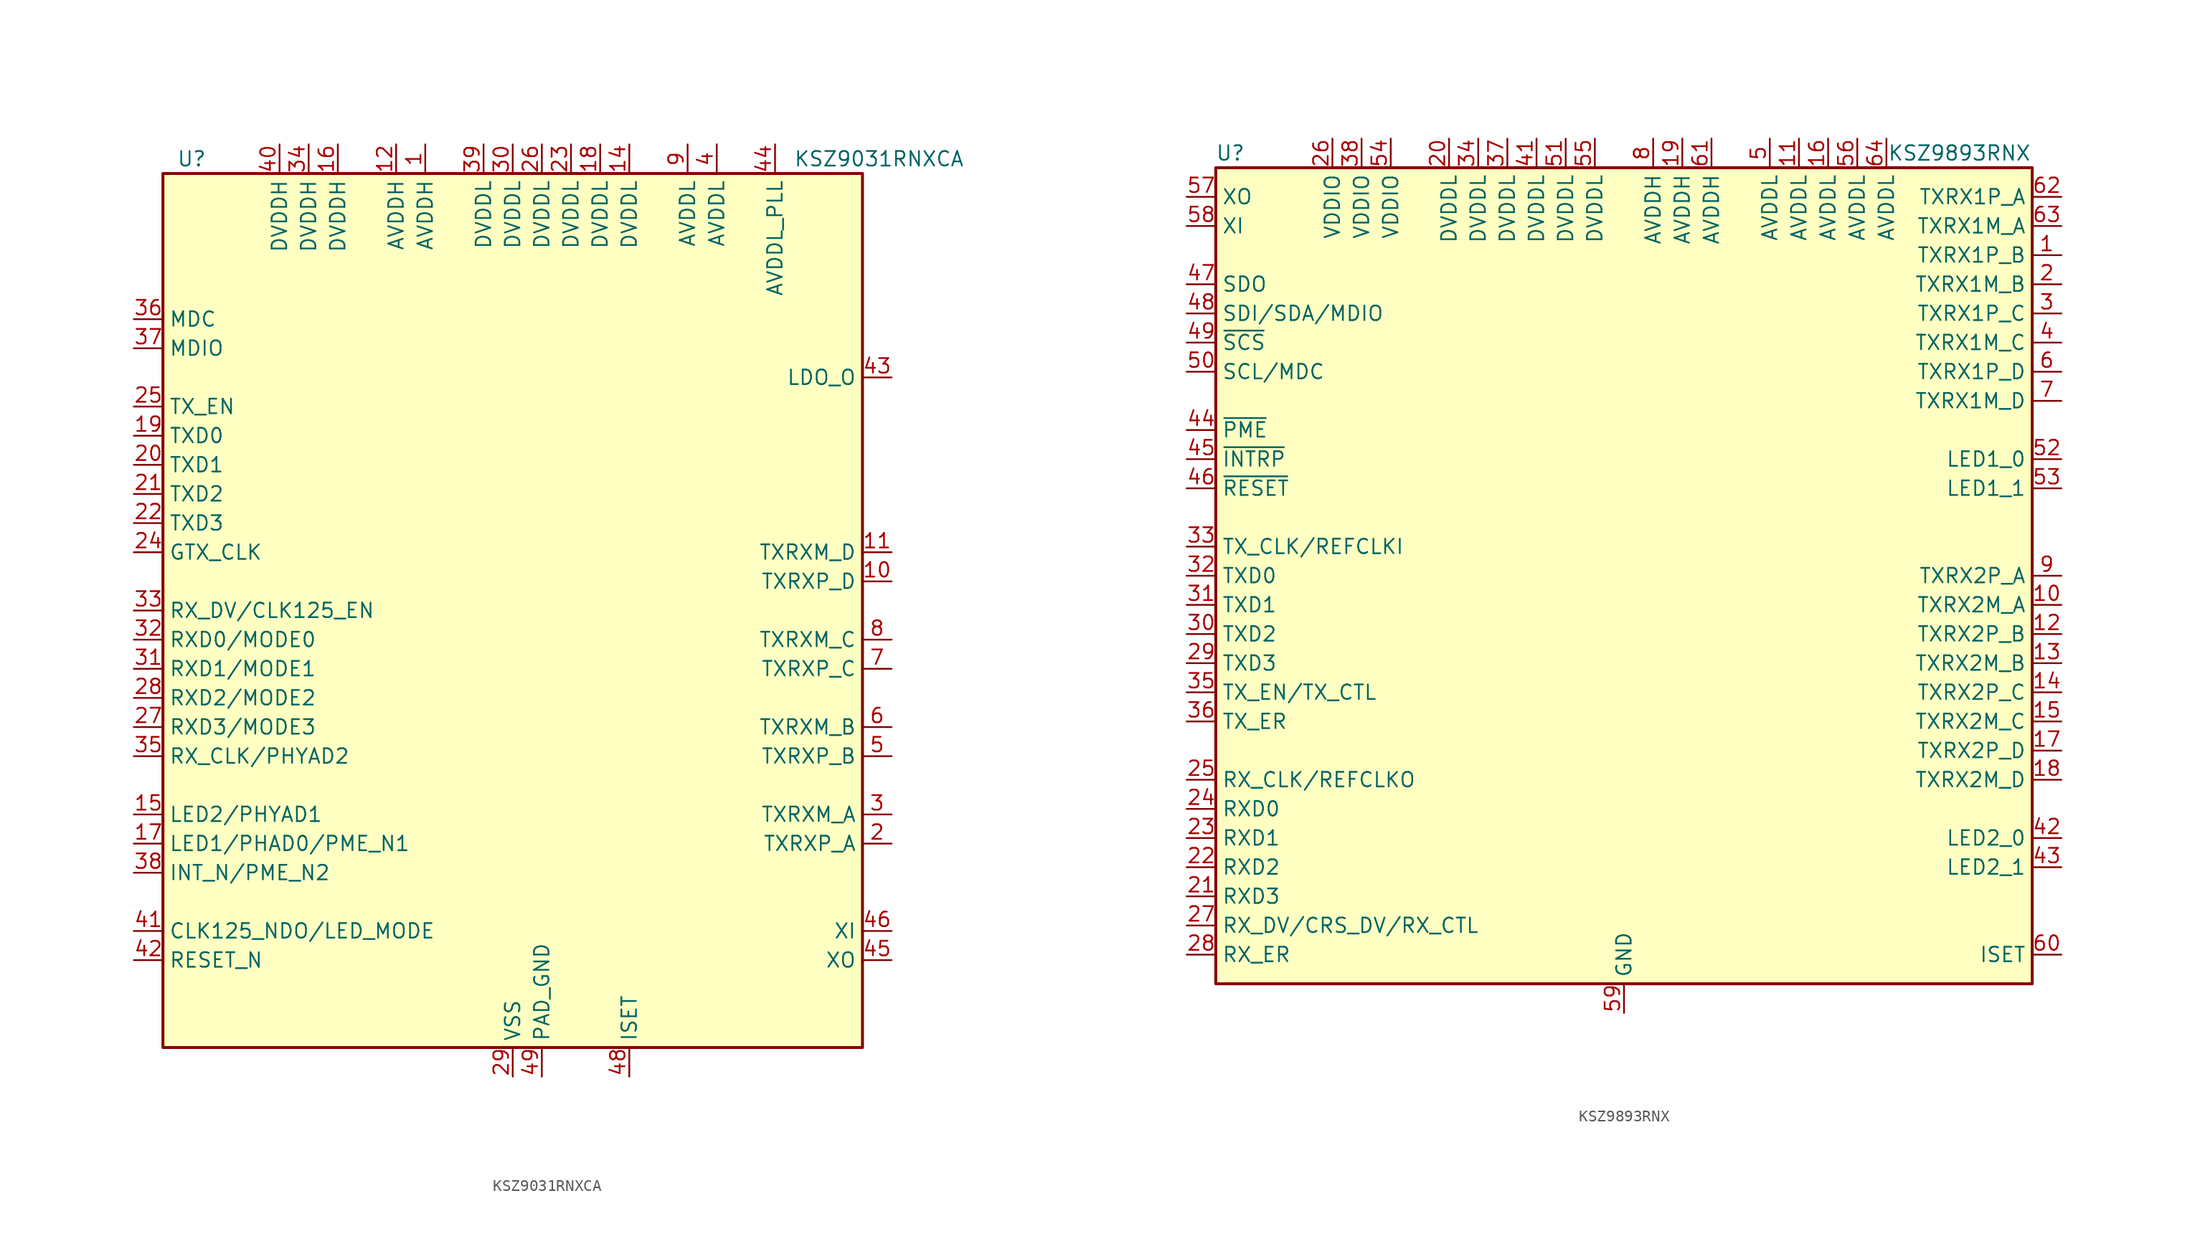
<source format=kicad_sym>
(kicad_symbol_lib
  (version 20200908)
  (generator kicad_symbol_editor)
  (symbol "Interface_Ethernet:KSZ9031RNXCA"
    (property "Reference" "U"
      (at -26.67 39.37 0)
      (effects (font (size 1.27 1.27)) (justify right)))
    (property "Value" "KSZ9031RNXCA"
      (at 39.37 39.37 0)
      (effects (font (size 1.27 1.27)) (justify right)))
    (symbol "KSZ9031RNXCA_0_1"
      (rectangle (start -30.48 38.1) (end 30.48 -38.1) (stroke (width 0.254)) (fill (type background))))
    (symbol "KSZ9031RNXCA_1_1"
      (pin power_in line (at -7.62 40.64 270) (length 2.54) (name "AVDDH" (effects (font (size 1.27 1.27)))) (number "1" (effects (font (size 1.27 1.27)))))
      (pin input line (at 33.02 2.54 180) (length 2.54) (name "TXRXP_D" (effects (font (size 1.27 1.27)))) (number "10" (effects (font (size 1.27 1.27)))))
      (pin input line (at 33.02 5.08 180) (length 2.54) (name "TXRXM_D" (effects (font (size 1.27 1.27)))) (number "11" (effects (font (size 1.27 1.27)))))
      (pin power_in line (at -10.16 40.64 270) (length 2.54) (name "AVDDH" (effects (font (size 1.27 1.27)))) (number "12" (effects (font (size 1.27 1.27)))))
      (pin unconnected line (at 30.48 12.7 180) (length 2.54) hide (name "NC" (effects (font (size 1.27 1.27)))) (number "13" (effects (font (size 1.27 1.27)))))
      (pin power_in line (at 10.16 40.64 270) (length 2.54) (name "DVDDL" (effects (font (size 1.27 1.27)))) (number "14" (effects (font (size 1.27 1.27)))))
      (pin bidirectional line (at -33.02 -17.78 0) (length 2.54) (name "LED2/PHYAD1" (effects (font (size 1.27 1.27)))) (number "15" (effects (font (size 1.27 1.27)))))
      (pin power_in line (at -15.24 40.64 270) (length 2.54) (name "DVDDH" (effects (font (size 1.27 1.27)))) (number "16" (effects (font (size 1.27 1.27)))))
      (pin bidirectional line (at -33.02 -20.32 0) (length 2.54) (name "LED1/PHAD0/PME_N1" (effects (font (size 1.27 1.27)))) (number "17" (effects (font (size 1.27 1.27)))))
      (pin power_in line (at 7.62 40.64 270) (length 2.54) (name "DVDDL" (effects (font (size 1.27 1.27)))) (number "18" (effects (font (size 1.27 1.27)))))
      (pin input line (at -33.02 15.24 0) (length 2.54) (name "TXD0" (effects (font (size 1.27 1.27)))) (number "19" (effects (font (size 1.27 1.27)))))
      (pin input line (at 33.02 -20.32 180) (length 2.54) (name "TXRXP_A" (effects (font (size 1.27 1.27)))) (number "2" (effects (font (size 1.27 1.27)))))
      (pin input line (at -33.02 12.7 0) (length 2.54) (name "TXD1" (effects (font (size 1.27 1.27)))) (number "20" (effects (font (size 1.27 1.27)))))
      (pin input line (at -33.02 10.16 0) (length 2.54) (name "TXD2" (effects (font (size 1.27 1.27)))) (number "21" (effects (font (size 1.27 1.27)))))
      (pin input line (at -33.02 7.62 0) (length 2.54) (name "TXD3" (effects (font (size 1.27 1.27)))) (number "22" (effects (font (size 1.27 1.27)))))
      (pin power_in line (at 5.08 40.64 270) (length 2.54) (name "DVDDL" (effects (font (size 1.27 1.27)))) (number "23" (effects (font (size 1.27 1.27)))))
      (pin input line (at -33.02 5.08 0) (length 2.54) (name "GTX_CLK" (effects (font (size 1.27 1.27)))) (number "24" (effects (font (size 1.27 1.27)))))
      (pin input line (at -33.02 17.78 0) (length 2.54) (name "TX_EN" (effects (font (size 1.27 1.27)))) (number "25" (effects (font (size 1.27 1.27)))))
      (pin power_in line (at 2.54 40.64 270) (length 2.54) (name "DVDDL" (effects (font (size 1.27 1.27)))) (number "26" (effects (font (size 1.27 1.27)))))
      (pin input line (at -33.02 -10.16 0) (length 2.54) (name "RXD3/MODE3" (effects (font (size 1.27 1.27)))) (number "27" (effects (font (size 1.27 1.27)))))
      (pin input line (at -33.02 -7.62 0) (length 2.54) (name "RXD2/MODE2" (effects (font (size 1.27 1.27)))) (number "28" (effects (font (size 1.27 1.27)))))
      (pin power_in line (at 0 -40.64 90) (length 2.54) (name "VSS" (effects (font (size 1.27 1.27)))) (number "29" (effects (font (size 1.27 1.27)))))
      (pin input line (at 33.02 -17.78 180) (length 2.54) (name "TXRXM_A" (effects (font (size 1.27 1.27)))) (number "3" (effects (font (size 1.27 1.27)))))
      (pin power_in line (at 0 40.64 270) (length 2.54) (name "DVDDL" (effects (font (size 1.27 1.27)))) (number "30" (effects (font (size 1.27 1.27)))))
      (pin input line (at -33.02 -5.08 0) (length 2.54) (name "RXD1/MODE1" (effects (font (size 1.27 1.27)))) (number "31" (effects (font (size 1.27 1.27)))))
      (pin input line (at -33.02 -2.54 0) (length 2.54) (name "RXD0/MODE0" (effects (font (size 1.27 1.27)))) (number "32" (effects (font (size 1.27 1.27)))))
      (pin input line (at -33.02 0 0) (length 2.54) (name "RX_DV/CLK125_EN" (effects (font (size 1.27 1.27)))) (number "33" (effects (font (size 1.27 1.27)))))
      (pin power_in line (at -17.78 40.64 270) (length 2.54) (name "DVDDH" (effects (font (size 1.27 1.27)))) (number "34" (effects (font (size 1.27 1.27)))))
      (pin input line (at -33.02 -12.7 0) (length 2.54) (name "RX_CLK/PHYAD2" (effects (font (size 1.27 1.27)))) (number "35" (effects (font (size 1.27 1.27)))))
      (pin input line (at -33.02 25.4 0) (length 2.54) (name "MDC" (effects (font (size 1.27 1.27)))) (number "36" (effects (font (size 1.27 1.27)))))
      (pin input line (at -33.02 22.86 0) (length 2.54) (name "MDIO" (effects (font (size 1.27 1.27)))) (number "37" (effects (font (size 1.27 1.27)))))
      (pin input line (at -33.02 -22.86 0) (length 2.54) (name "INT_N/PME_N2" (effects (font (size 1.27 1.27)))) (number "38" (effects (font (size 1.27 1.27)))))
      (pin power_in line (at -2.54 40.64 270) (length 2.54) (name "DVDDL" (effects (font (size 1.27 1.27)))) (number "39" (effects (font (size 1.27 1.27)))))
      (pin power_in line (at 17.78 40.64 270) (length 2.54) (name "AVDDL" (effects (font (size 1.27 1.27)))) (number "4" (effects (font (size 1.27 1.27)))))
      (pin power_in line (at -20.32 40.64 270) (length 2.54) (name "DVDDH" (effects (font (size 1.27 1.27)))) (number "40" (effects (font (size 1.27 1.27)))))
      (pin input line (at -33.02 -27.94 0) (length 2.54) (name "CLK125_NDO/LED_MODE" (effects (font (size 1.27 1.27)))) (number "41" (effects (font (size 1.27 1.27)))))
      (pin input line (at -33.02 -30.48 0) (length 2.54) (name "RESET_N" (effects (font (size 1.27 1.27)))) (number "42" (effects (font (size 1.27 1.27)))))
      (pin input line (at 33.02 20.32 180) (length 2.54) (name "LDO_O" (effects (font (size 1.27 1.27)))) (number "43" (effects (font (size 1.27 1.27)))))
      (pin power_in line (at 22.86 40.64 270) (length 2.54) (name "AVDDL_PLL" (effects (font (size 1.27 1.27)))) (number "44" (effects (font (size 1.27 1.27)))))
      (pin input line (at 33.02 -30.48 180) (length 2.54) (name "XO" (effects (font (size 1.27 1.27)))) (number "45" (effects (font (size 1.27 1.27)))))
      (pin input line (at 33.02 -27.94 180) (length 2.54) (name "XI" (effects (font (size 1.27 1.27)))) (number "46" (effects (font (size 1.27 1.27)))))
      (pin unconnected line (at 30.48 10.16 180) (length 2.54) hide (name "NC" (effects (font (size 1.27 1.27)))) (number "47" (effects (font (size 1.27 1.27)))))
      (pin output line (at 10.16 -40.64 90) (length 2.54) (name "ISET" (effects (font (size 1.27 1.27)))) (number "48" (effects (font (size 1.27 1.27)))))
      (pin power_in line (at 2.54 -40.64 90) (length 2.54) (name "PAD_GND" (effects (font (size 1.27 1.27)))) (number "49" (effects (font (size 1.27 1.27)))))
      (pin input line (at 33.02 -12.7 180) (length 2.54) (name "TXRXP_B" (effects (font (size 1.27 1.27)))) (number "5" (effects (font (size 1.27 1.27)))))
      (pin input line (at 33.02 -10.16 180) (length 2.54) (name "TXRXM_B" (effects (font (size 1.27 1.27)))) (number "6" (effects (font (size 1.27 1.27)))))
      (pin input line (at 33.02 -5.08 180) (length 2.54) (name "TXRXP_C" (effects (font (size 1.27 1.27)))) (number "7" (effects (font (size 1.27 1.27)))))
      (pin input line (at 33.02 -2.54 180) (length 2.54) (name "TXRXM_C" (effects (font (size 1.27 1.27)))) (number "8" (effects (font (size 1.27 1.27)))))
      (pin power_in line (at 15.24 40.64 270) (length 2.54) (name "AVDDL" (effects (font (size 1.27 1.27)))) (number "9" (effects (font (size 1.27 1.27)))))))
  (symbol "Interface_Ethernet:KSZ9893RNX"
    (property "Reference" "U"
      (at -34.29 36.83 0)
      (effects (font (size 1.27 1.27))))
    (property "Value" "KSZ9893RNX"
      (at 29.21 36.83 0)
      (effects (font (size 1.27 1.27))))
    (symbol "KSZ9893RNX_0_1"
      (rectangle (start 35.56 -35.56) (end -35.56 35.56) (stroke (width 0.254)) (fill (type background))))
    (symbol "KSZ9893RNX_1_1"
      (pin passive line (at 38.1 27.94 180) (length 2.54) (name "TXRX1P_B" (effects (font (size 1.27 1.27)))) (number "1" (effects (font (size 1.27 1.27)))))
      (pin passive line (at 38.1 -2.54 180) (length 2.54) (name "TXRX2M_A" (effects (font (size 1.27 1.27)))) (number "10" (effects (font (size 1.27 1.27)))))
      (pin power_in line (at 15.24 38.1 270) (length 2.54) (name "AVDDL" (effects (font (size 1.27 1.27)))) (number "11" (effects (font (size 1.27 1.27)))))
      (pin passive line (at 38.1 -5.08 180) (length 2.54) (name "TXRX2P_B" (effects (font (size 1.27 1.27)))) (number "12" (effects (font (size 1.27 1.27)))))
      (pin passive line (at 38.1 -7.62 180) (length 2.54) (name "TXRX2M_B" (effects (font (size 1.27 1.27)))) (number "13" (effects (font (size 1.27 1.27)))))
      (pin passive line (at 38.1 -10.16 180) (length 2.54) (name "TXRX2P_C" (effects (font (size 1.27 1.27)))) (number "14" (effects (font (size 1.27 1.27)))))
      (pin passive line (at 38.1 -12.7 180) (length 2.54) (name "TXRX2M_C" (effects (font (size 1.27 1.27)))) (number "15" (effects (font (size 1.27 1.27)))))
      (pin power_in line (at 17.78 38.1 270) (length 2.54) (name "AVDDL" (effects (font (size 1.27 1.27)))) (number "16" (effects (font (size 1.27 1.27)))))
      (pin passive line (at 38.1 -15.24 180) (length 2.54) (name "TXRX2P_D" (effects (font (size 1.27 1.27)))) (number "17" (effects (font (size 1.27 1.27)))))
      (pin passive line (at 38.1 -17.78 180) (length 2.54) (name "TXRX2M_D" (effects (font (size 1.27 1.27)))) (number "18" (effects (font (size 1.27 1.27)))))
      (pin power_in line (at 5.08 38.1 270) (length 2.54) (name "AVDDH" (effects (font (size 1.27 1.27)))) (number "19" (effects (font (size 1.27 1.27)))))
      (pin passive line (at 38.1 25.4 180) (length 2.54) (name "TXRX1M_B" (effects (font (size 1.27 1.27)))) (number "2" (effects (font (size 1.27 1.27)))))
      (pin power_in line (at -15.24 38.1 270) (length 2.54) (name "DVDDL" (effects (font (size 1.27 1.27)))) (number "20" (effects (font (size 1.27 1.27)))))
      (pin output line (at -38.1 -27.94 0) (length 2.54) (name "RXD3" (effects (font (size 1.27 1.27)))) (number "21" (effects (font (size 1.27 1.27)))))
      (pin output line (at -38.1 -25.4 0) (length 2.54) (name "RXD2" (effects (font (size 1.27 1.27)))) (number "22" (effects (font (size 1.27 1.27)))))
      (pin output line (at -38.1 -22.86 0) (length 2.54) (name "RXD1" (effects (font (size 1.27 1.27)))) (number "23" (effects (font (size 1.27 1.27)))))
      (pin output line (at -38.1 -20.32 0) (length 2.54) (name "RXD0" (effects (font (size 1.27 1.27)))) (number "24" (effects (font (size 1.27 1.27)))))
      (pin output line (at -38.1 -17.78 0) (length 2.54) (name "RX_CLK/REFCLKO" (effects (font (size 1.27 1.27)))) (number "25" (effects (font (size 1.27 1.27)))))
      (pin power_in line (at -25.4 38.1 270) (length 2.54) (name "VDDIO" (effects (font (size 1.27 1.27)))) (number "26" (effects (font (size 1.27 1.27)))))
      (pin output line (at -38.1 -30.48 0) (length 2.54) (name "RX_DV/CRS_DV/RX_CTL" (effects (font (size 1.27 1.27)))) (number "27" (effects (font (size 1.27 1.27)))))
      (pin output line (at -38.1 -33.02 0) (length 2.54) (name "RX_ER" (effects (font (size 1.27 1.27)))) (number "28" (effects (font (size 1.27 1.27)))))
      (pin input line (at -38.1 -7.62 0) (length 2.54) (name "TXD3" (effects (font (size 1.27 1.27)))) (number "29" (effects (font (size 1.27 1.27)))))
      (pin passive line (at 38.1 22.86 180) (length 2.54) (name "TXRX1P_C" (effects (font (size 1.27 1.27)))) (number "3" (effects (font (size 1.27 1.27)))))
      (pin input line (at -38.1 -5.08 0) (length 2.54) (name "TXD2" (effects (font (size 1.27 1.27)))) (number "30" (effects (font (size 1.27 1.27)))))
      (pin input line (at -38.1 -2.54 0) (length 2.54) (name "TXD1" (effects (font (size 1.27 1.27)))) (number "31" (effects (font (size 1.27 1.27)))))
      (pin input line (at -38.1 0 0) (length 2.54) (name "TXD0" (effects (font (size 1.27 1.27)))) (number "32" (effects (font (size 1.27 1.27)))))
      (pin input line (at -38.1 2.54 0) (length 2.54) (name "TX_CLK/REFCLKI" (effects (font (size 1.27 1.27)))) (number "33" (effects (font (size 1.27 1.27)))))
      (pin power_in line (at -12.7 38.1 270) (length 2.54) (name "DVDDL" (effects (font (size 1.27 1.27)))) (number "34" (effects (font (size 1.27 1.27)))))
      (pin input line (at -38.1 -10.16 0) (length 2.54) (name "TX_EN/TX_CTL" (effects (font (size 1.27 1.27)))) (number "35" (effects (font (size 1.27 1.27)))))
      (pin input line (at -38.1 -12.7 0) (length 2.54) (name "TX_ER" (effects (font (size 1.27 1.27)))) (number "36" (effects (font (size 1.27 1.27)))))
      (pin power_in line (at -10.16 38.1 270) (length 2.54) (name "DVDDL" (effects (font (size 1.27 1.27)))) (number "37" (effects (font (size 1.27 1.27)))))
      (pin power_in line (at -22.86 38.1 270) (length 2.54) (name "VDDIO" (effects (font (size 1.27 1.27)))) (number "38" (effects (font (size 1.27 1.27)))))
      (pin unconnected line (at 35.56 2.54 180) (length 2.54) hide (name "NC" (effects (font (size 1.27 1.27)))) (number "39" (effects (font (size 1.27 1.27)))))
      (pin passive line (at 38.1 20.32 180) (length 2.54) (name "TXRX1M_C" (effects (font (size 1.27 1.27)))) (number "4" (effects (font (size 1.27 1.27)))))
      (pin unconnected line (at 35.56 5.08 180) (length 2.54) hide (name "NC" (effects (font (size 1.27 1.27)))) (number "40" (effects (font (size 1.27 1.27)))))
      (pin power_in line (at -7.62 38.1 270) (length 2.54) (name "DVDDL" (effects (font (size 1.27 1.27)))) (number "41" (effects (font (size 1.27 1.27)))))
      (pin output line (at 38.1 -22.86 180) (length 2.54) (name "LED2_0" (effects (font (size 1.27 1.27)))) (number "42" (effects (font (size 1.27 1.27)))))
      (pin output line (at 38.1 -25.4 180) (length 2.54) (name "LED2_1" (effects (font (size 1.27 1.27)))) (number "43" (effects (font (size 1.27 1.27)))))
      (pin output line (at -38.1 12.7 0) (length 2.54) (name "~PME" (effects (font (size 1.27 1.27)))) (number "44" (effects (font (size 1.27 1.27)))))
      (pin output line (at -38.1 10.16 0) (length 2.54) (name "~INTRP" (effects (font (size 1.27 1.27)))) (number "45" (effects (font (size 1.27 1.27)))))
      (pin input line (at -38.1 7.62 0) (length 2.54) (name "~RESET" (effects (font (size 1.27 1.27)))) (number "46" (effects (font (size 1.27 1.27)))))
      (pin output line (at -38.1 25.4 0) (length 2.54) (name "SDO" (effects (font (size 1.27 1.27)))) (number "47" (effects (font (size 1.27 1.27)))))
      (pin bidirectional line (at -38.1 22.86 0) (length 2.54) (name "SDI/SDA/MDIO" (effects (font (size 1.27 1.27)))) (number "48" (effects (font (size 1.27 1.27)))))
      (pin input line (at -38.1 20.32 0) (length 2.54) (name "~SCS" (effects (font (size 1.27 1.27)))) (number "49" (effects (font (size 1.27 1.27)))))
      (pin power_in line (at 12.7 38.1 270) (length 2.54) (name "AVDDL" (effects (font (size 1.27 1.27)))) (number "5" (effects (font (size 1.27 1.27)))))
      (pin input line (at -38.1 17.78 0) (length 2.54) (name "SCL/MDC" (effects (font (size 1.27 1.27)))) (number "50" (effects (font (size 1.27 1.27)))))
      (pin power_in line (at -5.08 38.1 270) (length 2.54) (name "DVDDL" (effects (font (size 1.27 1.27)))) (number "51" (effects (font (size 1.27 1.27)))))
      (pin output line (at 38.1 10.16 180) (length 2.54) (name "LED1_0" (effects (font (size 1.27 1.27)))) (number "52" (effects (font (size 1.27 1.27)))))
      (pin output line (at 38.1 7.62 180) (length 2.54) (name "LED1_1" (effects (font (size 1.27 1.27)))) (number "53" (effects (font (size 1.27 1.27)))))
      (pin power_in line (at -20.32 38.1 270) (length 2.54) (name "VDDIO" (effects (font (size 1.27 1.27)))) (number "54" (effects (font (size 1.27 1.27)))))
      (pin power_in line (at -2.54 38.1 270) (length 2.54) (name "DVDDL" (effects (font (size 1.27 1.27)))) (number "55" (effects (font (size 1.27 1.27)))))
      (pin power_in line (at 20.32 38.1 270) (length 2.54) (name "AVDDL" (effects (font (size 1.27 1.27)))) (number "56" (effects (font (size 1.27 1.27)))))
      (pin output line (at -38.1 33.02 0) (length 2.54) (name "XO" (effects (font (size 1.27 1.27)))) (number "57" (effects (font (size 1.27 1.27)))))
      (pin input line (at -38.1 30.48 0) (length 2.54) (name "XI" (effects (font (size 1.27 1.27)))) (number "58" (effects (font (size 1.27 1.27)))))
      (pin power_in line (at 0 -38.1 90) (length 2.54) (name "GND" (effects (font (size 1.27 1.27)))) (number "59" (effects (font (size 1.27 1.27)))))
      (pin passive line (at 38.1 17.78 180) (length 2.54) (name "TXRX1P_D" (effects (font (size 1.27 1.27)))) (number "6" (effects (font (size 1.27 1.27)))))
      (pin passive line (at 38.1 -33.02 180) (length 2.54) (name "ISET" (effects (font (size 1.27 1.27)))) (number "60" (effects (font (size 1.27 1.27)))))
      (pin power_in line (at 7.62 38.1 270) (length 2.54) (name "AVDDH" (effects (font (size 1.27 1.27)))) (number "61" (effects (font (size 1.27 1.27)))))
      (pin passive line (at 38.1 33.02 180) (length 2.54) (name "TXRX1P_A" (effects (font (size 1.27 1.27)))) (number "62" (effects (font (size 1.27 1.27)))))
      (pin passive line (at 38.1 30.48 180) (length 2.54) (name "TXRX1M_A" (effects (font (size 1.27 1.27)))) (number "63" (effects (font (size 1.27 1.27)))))
      (pin power_in line (at 22.86 38.1 270) (length 2.54) (name "AVDDL" (effects (font (size 1.27 1.27)))) (number "64" (effects (font (size 1.27 1.27)))))
      (pin passive line (at 0 -38.1 90) (length 2.54) hide (name "GND" (effects (font (size 1.27 1.27)))) (number "65" (effects (font (size 1.27 1.27)))))
      (pin passive line (at 38.1 15.24 180) (length 2.54) (name "TXRX1M_D" (effects (font (size 1.27 1.27)))) (number "7" (effects (font (size 1.27 1.27)))))
      (pin power_in line (at 2.54 38.1 270) (length 2.54) (name "AVDDH" (effects (font (size 1.27 1.27)))) (number "8" (effects (font (size 1.27 1.27)))))
      (pin passive line (at 38.1 0 180) (length 2.54) (name "TXRX2P_A" (effects (font (size 1.27 1.27)))) (number "9" (effects (font (size 1.27 1.27))))))))
</source>
